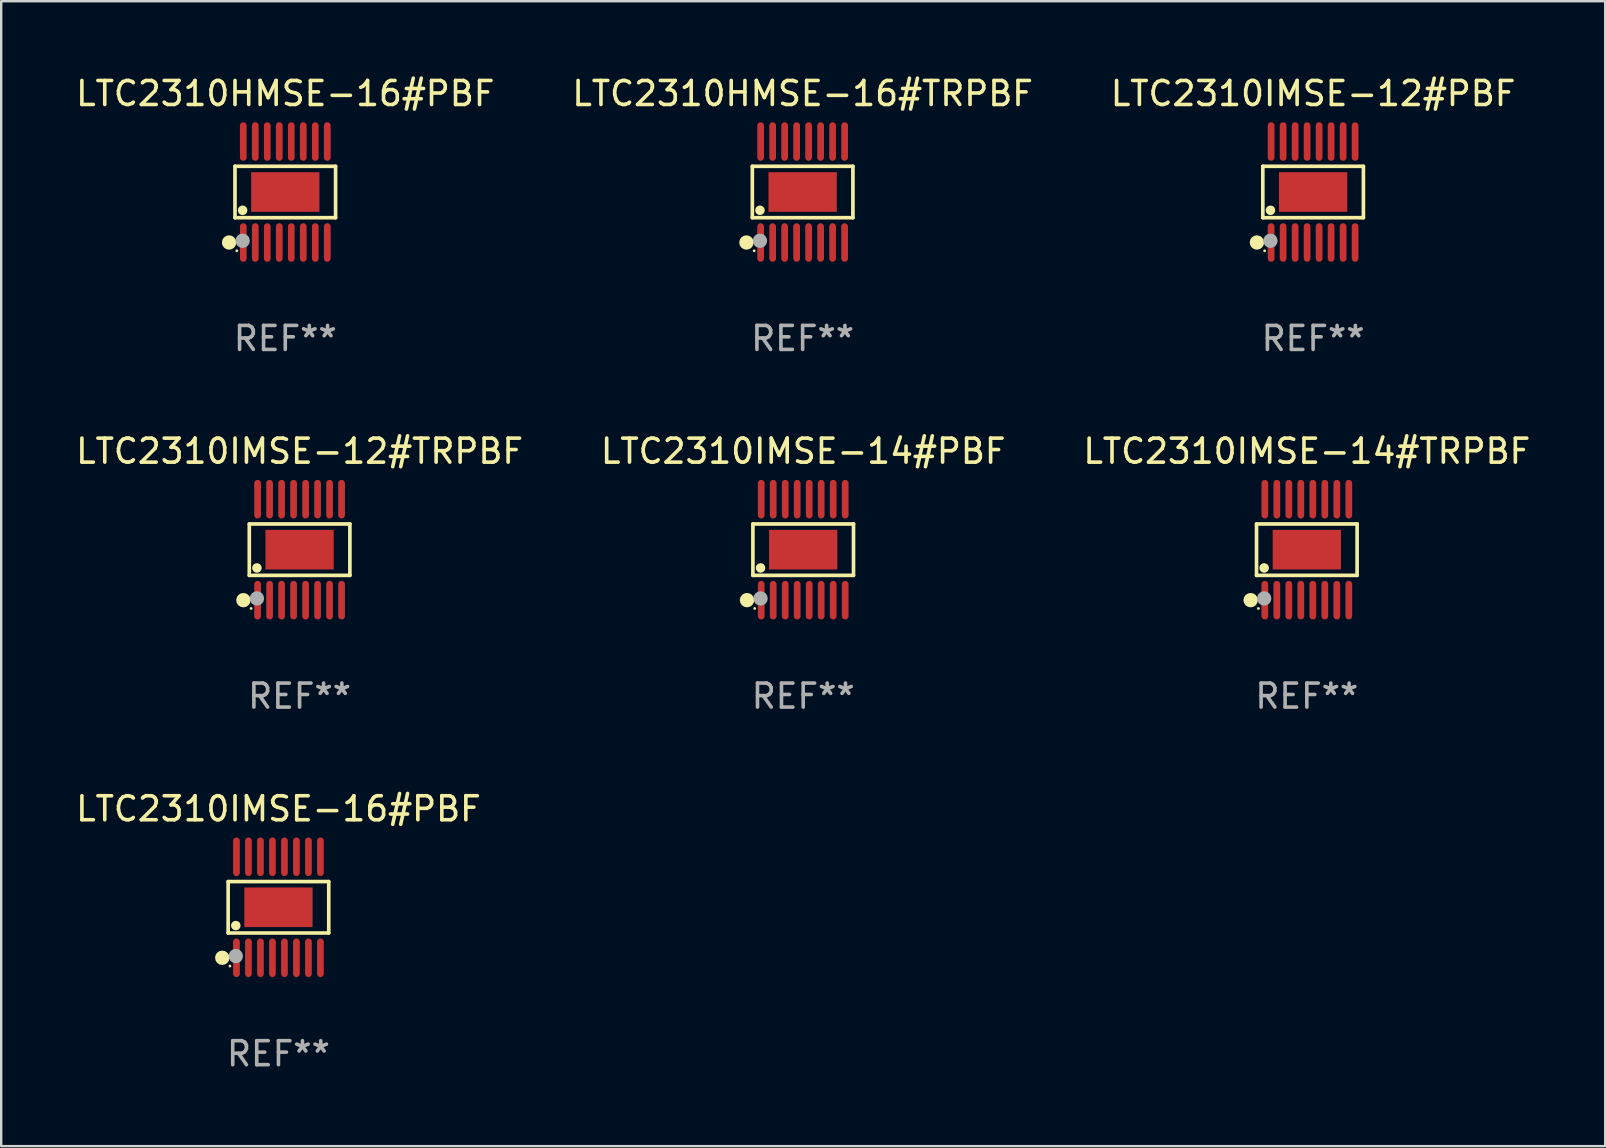
<source format=kicad_pcb>
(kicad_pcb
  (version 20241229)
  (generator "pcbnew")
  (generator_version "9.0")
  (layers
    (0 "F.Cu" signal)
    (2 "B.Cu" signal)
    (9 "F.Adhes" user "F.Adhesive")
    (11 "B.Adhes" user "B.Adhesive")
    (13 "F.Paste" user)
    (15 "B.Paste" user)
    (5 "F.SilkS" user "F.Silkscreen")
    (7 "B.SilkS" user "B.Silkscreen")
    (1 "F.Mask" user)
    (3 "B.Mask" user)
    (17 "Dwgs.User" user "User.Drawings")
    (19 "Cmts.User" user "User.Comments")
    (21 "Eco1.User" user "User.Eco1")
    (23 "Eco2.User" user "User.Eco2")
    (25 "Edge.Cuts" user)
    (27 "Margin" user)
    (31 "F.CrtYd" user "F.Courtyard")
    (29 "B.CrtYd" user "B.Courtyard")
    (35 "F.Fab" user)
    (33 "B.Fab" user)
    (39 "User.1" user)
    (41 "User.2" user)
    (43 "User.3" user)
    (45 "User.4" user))
  (footprint "LTC2310HMSE-16#TRPBF"
    (layer "F.Cu")
    (at 30.399 4.952)
    (property "Reference" "LTC2310HMSE-16#TRPBF" (at 0 -4.104 0) (layer "F.SilkS") (effects (font (size 1 1) (thickness 0.15))))
    (attr through_hole)
    (fp_line (start -2.096 -1.072) (end 2.096 -1.072) (stroke (width 0.152) (type solid)) (layer "F.SilkS"))
    (fp_line (start -2.096 1.071) (end -2.096 -1.072) (stroke (width 0.152) (type solid)) (layer "F.SilkS"))
    (fp_line (start 2.096 -1.072) (end 2.096 1.071) (stroke (width 0.152) (type solid)) (layer "F.SilkS"))
    (fp_line (start 2.096 1.071) (end -2.096 1.071) (stroke (width 0.152) (type solid)) (layer "F.SilkS"))
    (fp_circle (center -2.342 2.104) (end -2.192 2.104) (stroke (width 0.3) (type solid)) (fill no) (layer "F.SilkS"))
    (fp_circle (center -2.02 2.45) (end -1.99 2.45) (stroke (width 0.06) (type solid)) (fill no) (layer "F.SilkS"))
    (fp_circle (center -1.778 0.762) (end -1.678 0.762) (stroke (width 0.2) (type solid)) (fill no) (layer "F.SilkS"))
    (fp_circle (center -1.778 2.032) (end -1.628 2.032) (stroke (width 0.3) (type solid)) (fill no) (layer "F.Fab"))
    (fp_text user "REF**" (at 0 6.104 0) (layer "F.Fab") (effects (font (size 1 1) (thickness 0.15))))
    (pad "1" smd oval (at -1.75 2.104) (size 0.28 1.608) (layers "F.Cu" "F.Mask" "F.Paste"))
    (pad "2" smd oval (at -1.25 2.104) (size 0.28 1.608) (layers "F.Cu" "F.Mask" "F.Paste"))
    (pad "3" smd oval (at -0.75 2.104) (size 0.28 1.608) (layers "F.Cu" "F.Mask" "F.Paste"))
    (pad "4" smd oval (at -0.25 2.104) (size 0.28 1.608) (layers "F.Cu" "F.Mask" "F.Paste"))
    (pad "5" smd oval (at 0.25 2.104) (size 0.28 1.608) (layers "F.Cu" "F.Mask" "F.Paste"))
    (pad "6" smd oval (at 0.75 2.104) (size 0.28 1.608) (layers "F.Cu" "F.Mask" "F.Paste"))
    (pad "7" smd oval (at 1.25 2.104) (size 0.28 1.608) (layers "F.Cu" "F.Mask" "F.Paste"))
    (pad "8" smd oval (at 1.75 2.104) (size 0.28 1.608) (layers "F.Cu" "F.Mask" "F.Paste"))
    (pad "9" smd oval (at 1.75 -2.104) (size 0.28 1.608) (layers "F.Cu" "F.Mask" "F.Paste"))
    (pad "10" smd oval (at 1.25 -2.104) (size 0.28 1.608) (layers "F.Cu" "F.Mask" "F.Paste"))
    (pad "11" smd oval (at 0.75 -2.104) (size 0.28 1.608) (layers "F.Cu" "F.Mask" "F.Paste"))
    (pad "12" smd oval (at 0.25 -2.104) (size 0.28 1.608) (layers "F.Cu" "F.Mask" "F.Paste"))
    (pad "13" smd oval (at -0.25 -2.104) (size 0.28 1.608) (layers "F.Cu" "F.Mask" "F.Paste"))
    (pad "14" smd oval (at -0.75 -2.104) (size 0.28 1.608) (layers "F.Cu" "F.Mask" "F.Paste"))
    (pad "15" smd oval (at -1.25 -2.104) (size 0.28 1.608) (layers "F.Cu" "F.Mask" "F.Paste"))
    (pad "16" smd oval (at -1.75 -2.104) (size 0.28 1.608) (layers "F.Cu" "F.Mask" "F.Paste"))
    (pad "17" smd rect (at 0 -0.000127) (size 2.845 1.651) (layers "F.Cu" "F.Mask" "F.Paste")))
  (footprint "LTC2310IMSE-16#PBF"
    (layer "F.Cu")
    (at 8.554 34.761)
    (property "Reference" "LTC2310IMSE-16#PBF" (at 0 -4.104 0) (layer "F.SilkS") (effects (font (size 1 1) (thickness 0.15))))
    (attr through_hole)
    (fp_line (start -2.096 -1.072) (end 2.096 -1.072) (stroke (width 0.152) (type solid)) (layer "F.SilkS"))
    (fp_line (start -2.096 1.071) (end -2.096 -1.072) (stroke (width 0.152) (type solid)) (layer "F.SilkS"))
    (fp_line (start 2.096 -1.072) (end 2.096 1.071) (stroke (width 0.152) (type solid)) (layer "F.SilkS"))
    (fp_line (start 2.096 1.071) (end -2.096 1.071) (stroke (width 0.152) (type solid)) (layer "F.SilkS"))
    (fp_circle (center -2.342 2.104) (end -2.192 2.104) (stroke (width 0.3) (type solid)) (fill no) (layer "F.SilkS"))
    (fp_circle (center -2.02 2.45) (end -1.99 2.45) (stroke (width 0.06) (type solid)) (fill no) (layer "F.SilkS"))
    (fp_circle (center -1.778 0.762) (end -1.678 0.762) (stroke (width 0.2) (type solid)) (fill no) (layer "F.SilkS"))
    (fp_circle (center -1.778 2.032) (end -1.628 2.032) (stroke (width 0.3) (type solid)) (fill no) (layer "F.Fab"))
    (fp_text user "REF**" (at 0 6.104 0) (layer "F.Fab") (effects (font (size 1 1) (thickness 0.15))))
    (pad "1" smd oval (at -1.75 2.104) (size 0.28 1.608) (layers "F.Cu" "F.Mask" "F.Paste"))
    (pad "2" smd oval (at -1.25 2.104) (size 0.28 1.608) (layers "F.Cu" "F.Mask" "F.Paste"))
    (pad "3" smd oval (at -0.75 2.104) (size 0.28 1.608) (layers "F.Cu" "F.Mask" "F.Paste"))
    (pad "4" smd oval (at -0.25 2.104) (size 0.28 1.608) (layers "F.Cu" "F.Mask" "F.Paste"))
    (pad "5" smd oval (at 0.25 2.104) (size 0.28 1.608) (layers "F.Cu" "F.Mask" "F.Paste"))
    (pad "6" smd oval (at 0.75 2.104) (size 0.28 1.608) (layers "F.Cu" "F.Mask" "F.Paste"))
    (pad "7" smd oval (at 1.25 2.104) (size 0.28 1.608) (layers "F.Cu" "F.Mask" "F.Paste"))
    (pad "8" smd oval (at 1.75 2.104) (size 0.28 1.608) (layers "F.Cu" "F.Mask" "F.Paste"))
    (pad "9" smd oval (at 1.75 -2.104) (size 0.28 1.608) (layers "F.Cu" "F.Mask" "F.Paste"))
    (pad "10" smd oval (at 1.25 -2.104) (size 0.28 1.608) (layers "F.Cu" "F.Mask" "F.Paste"))
    (pad "11" smd oval (at 0.75 -2.104) (size 0.28 1.608) (layers "F.Cu" "F.Mask" "F.Paste"))
    (pad "12" smd oval (at 0.25 -2.104) (size 0.28 1.608) (layers "F.Cu" "F.Mask" "F.Paste"))
    (pad "13" smd oval (at -0.25 -2.104) (size 0.28 1.608) (layers "F.Cu" "F.Mask" "F.Paste"))
    (pad "14" smd oval (at -0.75 -2.104) (size 0.28 1.608) (layers "F.Cu" "F.Mask" "F.Paste"))
    (pad "15" smd oval (at -1.25 -2.104) (size 0.28 1.608) (layers "F.Cu" "F.Mask" "F.Paste"))
    (pad "16" smd oval (at -1.75 -2.104) (size 0.28 1.608) (layers "F.Cu" "F.Mask" "F.Paste"))
    (pad "17" smd rect (at 0 -0.000127) (size 2.845 1.651) (layers "F.Cu" "F.Mask" "F.Paste")))
  (footprint "LTC2310IMSE-12#TRPBF"
    (layer "F.Cu")
    (at 9.435 19.857)
    (property "Reference" "LTC2310IMSE-12#TRPBF" (at 0 -4.104 0) (layer "F.SilkS") (effects (font (size 1 1) (thickness 0.15))))
    (attr through_hole)
    (fp_line (start -2.096 -1.072) (end 2.096 -1.072) (stroke (width 0.152) (type solid)) (layer "F.SilkS"))
    (fp_line (start -2.096 1.071) (end -2.096 -1.072) (stroke (width 0.152) (type solid)) (layer "F.SilkS"))
    (fp_line (start 2.096 -1.072) (end 2.096 1.071) (stroke (width 0.152) (type solid)) (layer "F.SilkS"))
    (fp_line (start 2.096 1.071) (end -2.096 1.071) (stroke (width 0.152) (type solid)) (layer "F.SilkS"))
    (fp_circle (center -2.342 2.104) (end -2.192 2.104) (stroke (width 0.3) (type solid)) (fill no) (layer "F.SilkS"))
    (fp_circle (center -2.02 2.45) (end -1.99 2.45) (stroke (width 0.06) (type solid)) (fill no) (layer "F.SilkS"))
    (fp_circle (center -1.778 0.762) (end -1.678 0.762) (stroke (width 0.2) (type solid)) (fill no) (layer "F.SilkS"))
    (fp_circle (center -1.778 2.032) (end -1.628 2.032) (stroke (width 0.3) (type solid)) (fill no) (layer "F.Fab"))
    (fp_text user "REF**" (at 0 6.104 0) (layer "F.Fab") (effects (font (size 1 1) (thickness 0.15))))
    (pad "1" smd oval (at -1.75 2.104) (size 0.28 1.608) (layers "F.Cu" "F.Mask" "F.Paste"))
    (pad "2" smd oval (at -1.25 2.104) (size 0.28 1.608) (layers "F.Cu" "F.Mask" "F.Paste"))
    (pad "3" smd oval (at -0.75 2.104) (size 0.28 1.608) (layers "F.Cu" "F.Mask" "F.Paste"))
    (pad "4" smd oval (at -0.25 2.104) (size 0.28 1.608) (layers "F.Cu" "F.Mask" "F.Paste"))
    (pad "5" smd oval (at 0.25 2.104) (size 0.28 1.608) (layers "F.Cu" "F.Mask" "F.Paste"))
    (pad "6" smd oval (at 0.75 2.104) (size 0.28 1.608) (layers "F.Cu" "F.Mask" "F.Paste"))
    (pad "7" smd oval (at 1.25 2.104) (size 0.28 1.608) (layers "F.Cu" "F.Mask" "F.Paste"))
    (pad "8" smd oval (at 1.75 2.104) (size 0.28 1.608) (layers "F.Cu" "F.Mask" "F.Paste"))
    (pad "9" smd oval (at 1.75 -2.104) (size 0.28 1.608) (layers "F.Cu" "F.Mask" "F.Paste"))
    (pad "10" smd oval (at 1.25 -2.104) (size 0.28 1.608) (layers "F.Cu" "F.Mask" "F.Paste"))
    (pad "11" smd oval (at 0.75 -2.104) (size 0.28 1.608) (layers "F.Cu" "F.Mask" "F.Paste"))
    (pad "12" smd oval (at 0.25 -2.104) (size 0.28 1.608) (layers "F.Cu" "F.Mask" "F.Paste"))
    (pad "13" smd oval (at -0.25 -2.104) (size 0.28 1.608) (layers "F.Cu" "F.Mask" "F.Paste"))
    (pad "14" smd oval (at -0.75 -2.104) (size 0.28 1.608) (layers "F.Cu" "F.Mask" "F.Paste"))
    (pad "15" smd oval (at -1.25 -2.104) (size 0.28 1.608) (layers "F.Cu" "F.Mask" "F.Paste"))
    (pad "16" smd oval (at -1.75 -2.104) (size 0.28 1.608) (layers "F.Cu" "F.Mask" "F.Paste"))
    (pad "17" smd rect (at 0 -0.000127) (size 2.845 1.651) (layers "F.Cu" "F.Mask" "F.Paste")))
  (footprint "LTC2310HMSE-16#PBF"
    (layer "F.Cu")
    (at 8.839 4.952)
    (property "Reference" "LTC2310HMSE-16#PBF" (at 0 -4.104 0) (layer "F.SilkS") (effects (font (size 1 1) (thickness 0.15))))
    (attr through_hole)
    (fp_line (start -2.096 -1.072) (end 2.096 -1.072) (stroke (width 0.152) (type solid)) (layer "F.SilkS"))
    (fp_line (start -2.096 1.071) (end -2.096 -1.072) (stroke (width 0.152) (type solid)) (layer "F.SilkS"))
    (fp_line (start 2.096 -1.072) (end 2.096 1.071) (stroke (width 0.152) (type solid)) (layer "F.SilkS"))
    (fp_line (start 2.096 1.071) (end -2.096 1.071) (stroke (width 0.152) (type solid)) (layer "F.SilkS"))
    (fp_circle (center -2.342 2.104) (end -2.192 2.104) (stroke (width 0.3) (type solid)) (fill no) (layer "F.SilkS"))
    (fp_circle (center -2.02 2.45) (end -1.99 2.45) (stroke (width 0.06) (type solid)) (fill no) (layer "F.SilkS"))
    (fp_circle (center -1.778 0.762) (end -1.678 0.762) (stroke (width 0.2) (type solid)) (fill no) (layer "F.SilkS"))
    (fp_circle (center -1.778 2.032) (end -1.628 2.032) (stroke (width 0.3) (type solid)) (fill no) (layer "F.Fab"))
    (fp_text user "REF**" (at 0 6.104 0) (layer "F.Fab") (effects (font (size 1 1) (thickness 0.15))))
    (pad "1" smd oval (at -1.75 2.104) (size 0.28 1.608) (layers "F.Cu" "F.Mask" "F.Paste"))
    (pad "2" smd oval (at -1.25 2.104) (size 0.28 1.608) (layers "F.Cu" "F.Mask" "F.Paste"))
    (pad "3" smd oval (at -0.75 2.104) (size 0.28 1.608) (layers "F.Cu" "F.Mask" "F.Paste"))
    (pad "4" smd oval (at -0.25 2.104) (size 0.28 1.608) (layers "F.Cu" "F.Mask" "F.Paste"))
    (pad "5" smd oval (at 0.25 2.104) (size 0.28 1.608) (layers "F.Cu" "F.Mask" "F.Paste"))
    (pad "6" smd oval (at 0.75 2.104) (size 0.28 1.608) (layers "F.Cu" "F.Mask" "F.Paste"))
    (pad "7" smd oval (at 1.25 2.104) (size 0.28 1.608) (layers "F.Cu" "F.Mask" "F.Paste"))
    (pad "8" smd oval (at 1.75 2.104) (size 0.28 1.608) (layers "F.Cu" "F.Mask" "F.Paste"))
    (pad "9" smd oval (at 1.75 -2.104) (size 0.28 1.608) (layers "F.Cu" "F.Mask" "F.Paste"))
    (pad "10" smd oval (at 1.25 -2.104) (size 0.28 1.608) (layers "F.Cu" "F.Mask" "F.Paste"))
    (pad "11" smd oval (at 0.75 -2.104) (size 0.28 1.608) (layers "F.Cu" "F.Mask" "F.Paste"))
    (pad "12" smd oval (at 0.25 -2.104) (size 0.28 1.608) (layers "F.Cu" "F.Mask" "F.Paste"))
    (pad "13" smd oval (at -0.25 -2.104) (size 0.28 1.608) (layers "F.Cu" "F.Mask" "F.Paste"))
    (pad "14" smd oval (at -0.75 -2.104) (size 0.28 1.608) (layers "F.Cu" "F.Mask" "F.Paste"))
    (pad "15" smd oval (at -1.25 -2.104) (size 0.28 1.608) (layers "F.Cu" "F.Mask" "F.Paste"))
    (pad "16" smd oval (at -1.75 -2.104) (size 0.28 1.608) (layers "F.Cu" "F.Mask" "F.Paste"))
    (pad "17" smd rect (at 0 -0.000127) (size 2.845 1.651) (layers "F.Cu" "F.Mask" "F.Paste")))
  (footprint "LTC2310IMSE-14#TRPBF"
    (layer "F.Cu")
    (at 51.411 19.857)
    (property "Reference" "LTC2310IMSE-14#TRPBF" (at 0 -4.104 0) (layer "F.SilkS") (effects (font (size 1 1) (thickness 0.15))))
    (attr through_hole)
    (fp_line (start -2.096 -1.072) (end 2.096 -1.072) (stroke (width 0.152) (type solid)) (layer "F.SilkS"))
    (fp_line (start -2.096 1.071) (end -2.096 -1.072) (stroke (width 0.152) (type solid)) (layer "F.SilkS"))
    (fp_line (start 2.096 -1.072) (end 2.096 1.071) (stroke (width 0.152) (type solid)) (layer "F.SilkS"))
    (fp_line (start 2.096 1.071) (end -2.096 1.071) (stroke (width 0.152) (type solid)) (layer "F.SilkS"))
    (fp_circle (center -2.342 2.104) (end -2.192 2.104) (stroke (width 0.3) (type solid)) (fill no) (layer "F.SilkS"))
    (fp_circle (center -2.02 2.45) (end -1.99 2.45) (stroke (width 0.06) (type solid)) (fill no) (layer "F.SilkS"))
    (fp_circle (center -1.778 0.762) (end -1.678 0.762) (stroke (width 0.2) (type solid)) (fill no) (layer "F.SilkS"))
    (fp_circle (center -1.778 2.032) (end -1.628 2.032) (stroke (width 0.3) (type solid)) (fill no) (layer "F.Fab"))
    (fp_text user "REF**" (at 0 6.104 0) (layer "F.Fab") (effects (font (size 1 1) (thickness 0.15))))
    (pad "1" smd oval (at -1.75 2.104) (size 0.28 1.608) (layers "F.Cu" "F.Mask" "F.Paste"))
    (pad "2" smd oval (at -1.25 2.104) (size 0.28 1.608) (layers "F.Cu" "F.Mask" "F.Paste"))
    (pad "3" smd oval (at -0.75 2.104) (size 0.28 1.608) (layers "F.Cu" "F.Mask" "F.Paste"))
    (pad "4" smd oval (at -0.25 2.104) (size 0.28 1.608) (layers "F.Cu" "F.Mask" "F.Paste"))
    (pad "5" smd oval (at 0.25 2.104) (size 0.28 1.608) (layers "F.Cu" "F.Mask" "F.Paste"))
    (pad "6" smd oval (at 0.75 2.104) (size 0.28 1.608) (layers "F.Cu" "F.Mask" "F.Paste"))
    (pad "7" smd oval (at 1.25 2.104) (size 0.28 1.608) (layers "F.Cu" "F.Mask" "F.Paste"))
    (pad "8" smd oval (at 1.75 2.104) (size 0.28 1.608) (layers "F.Cu" "F.Mask" "F.Paste"))
    (pad "9" smd oval (at 1.75 -2.104) (size 0.28 1.608) (layers "F.Cu" "F.Mask" "F.Paste"))
    (pad "10" smd oval (at 1.25 -2.104) (size 0.28 1.608) (layers "F.Cu" "F.Mask" "F.Paste"))
    (pad "11" smd oval (at 0.75 -2.104) (size 0.28 1.608) (layers "F.Cu" "F.Mask" "F.Paste"))
    (pad "12" smd oval (at 0.25 -2.104) (size 0.28 1.608) (layers "F.Cu" "F.Mask" "F.Paste"))
    (pad "13" smd oval (at -0.25 -2.104) (size 0.28 1.608) (layers "F.Cu" "F.Mask" "F.Paste"))
    (pad "14" smd oval (at -0.75 -2.104) (size 0.28 1.608) (layers "F.Cu" "F.Mask" "F.Paste"))
    (pad "15" smd oval (at -1.25 -2.104) (size 0.28 1.608) (layers "F.Cu" "F.Mask" "F.Paste"))
    (pad "16" smd oval (at -1.75 -2.104) (size 0.28 1.608) (layers "F.Cu" "F.Mask" "F.Paste"))
    (pad "17" smd rect (at 0 -0.000127) (size 2.845 1.651) (layers "F.Cu" "F.Mask" "F.Paste")))
  (footprint "LTC2310IMSE-14#PBF"
    (layer "F.Cu")
    (at 30.423 19.857)
    (property "Reference" "LTC2310IMSE-14#PBF" (at 0 -4.104 0) (layer "F.SilkS") (effects (font (size 1 1) (thickness 0.15))))
    (attr through_hole)
    (fp_line (start -2.096 -1.072) (end 2.096 -1.072) (stroke (width 0.152) (type solid)) (layer "F.SilkS"))
    (fp_line (start -2.096 1.071) (end -2.096 -1.072) (stroke (width 0.152) (type solid)) (layer "F.SilkS"))
    (fp_line (start 2.096 -1.072) (end 2.096 1.071) (stroke (width 0.152) (type solid)) (layer "F.SilkS"))
    (fp_line (start 2.096 1.071) (end -2.096 1.071) (stroke (width 0.152) (type solid)) (layer "F.SilkS"))
    (fp_circle (center -2.342 2.104) (end -2.192 2.104) (stroke (width 0.3) (type solid)) (fill no) (layer "F.SilkS"))
    (fp_circle (center -2.02 2.45) (end -1.99 2.45) (stroke (width 0.06) (type solid)) (fill no) (layer "F.SilkS"))
    (fp_circle (center -1.778 0.762) (end -1.678 0.762) (stroke (width 0.2) (type solid)) (fill no) (layer "F.SilkS"))
    (fp_circle (center -1.778 2.032) (end -1.628 2.032) (stroke (width 0.3) (type solid)) (fill no) (layer "F.Fab"))
    (fp_text user "REF**" (at 0 6.104 0) (layer "F.Fab") (effects (font (size 1 1) (thickness 0.15))))
    (pad "1" smd oval (at -1.75 2.104) (size 0.28 1.608) (layers "F.Cu" "F.Mask" "F.Paste"))
    (pad "2" smd oval (at -1.25 2.104) (size 0.28 1.608) (layers "F.Cu" "F.Mask" "F.Paste"))
    (pad "3" smd oval (at -0.75 2.104) (size 0.28 1.608) (layers "F.Cu" "F.Mask" "F.Paste"))
    (pad "4" smd oval (at -0.25 2.104) (size 0.28 1.608) (layers "F.Cu" "F.Mask" "F.Paste"))
    (pad "5" smd oval (at 0.25 2.104) (size 0.28 1.608) (layers "F.Cu" "F.Mask" "F.Paste"))
    (pad "6" smd oval (at 0.75 2.104) (size 0.28 1.608) (layers "F.Cu" "F.Mask" "F.Paste"))
    (pad "7" smd oval (at 1.25 2.104) (size 0.28 1.608) (layers "F.Cu" "F.Mask" "F.Paste"))
    (pad "8" smd oval (at 1.75 2.104) (size 0.28 1.608) (layers "F.Cu" "F.Mask" "F.Paste"))
    (pad "9" smd oval (at 1.75 -2.104) (size 0.28 1.608) (layers "F.Cu" "F.Mask" "F.Paste"))
    (pad "10" smd oval (at 1.25 -2.104) (size 0.28 1.608) (layers "F.Cu" "F.Mask" "F.Paste"))
    (pad "11" smd oval (at 0.75 -2.104) (size 0.28 1.608) (layers "F.Cu" "F.Mask" "F.Paste"))
    (pad "12" smd oval (at 0.25 -2.104) (size 0.28 1.608) (layers "F.Cu" "F.Mask" "F.Paste"))
    (pad "13" smd oval (at -0.25 -2.104) (size 0.28 1.608) (layers "F.Cu" "F.Mask" "F.Paste"))
    (pad "14" smd oval (at -0.75 -2.104) (size 0.28 1.608) (layers "F.Cu" "F.Mask" "F.Paste"))
    (pad "15" smd oval (at -1.25 -2.104) (size 0.28 1.608) (layers "F.Cu" "F.Mask" "F.Paste"))
    (pad "16" smd oval (at -1.75 -2.104) (size 0.28 1.608) (layers "F.Cu" "F.Mask" "F.Paste"))
    (pad "17" smd rect (at 0 -0.000127) (size 2.845 1.651) (layers "F.Cu" "F.Mask" "F.Paste")))
  (footprint "LTC2310IMSE-12#PBF"
    (layer "F.Cu")
    (at 51.673 4.952)
    (property "Reference" "LTC2310IMSE-12#PBF" (at 0 -4.104 0) (layer "F.SilkS") (effects (font (size 1 1) (thickness 0.15))))
    (attr through_hole)
    (fp_line (start -2.096 -1.072) (end 2.096 -1.072) (stroke (width 0.152) (type solid)) (layer "F.SilkS"))
    (fp_line (start -2.096 1.071) (end -2.096 -1.072) (stroke (width 0.152) (type solid)) (layer "F.SilkS"))
    (fp_line (start 2.096 -1.072) (end 2.096 1.071) (stroke (width 0.152) (type solid)) (layer "F.SilkS"))
    (fp_line (start 2.096 1.071) (end -2.096 1.071) (stroke (width 0.152) (type solid)) (layer "F.SilkS"))
    (fp_circle (center -2.342 2.104) (end -2.192 2.104) (stroke (width 0.3) (type solid)) (fill no) (layer "F.SilkS"))
    (fp_circle (center -2.02 2.45) (end -1.99 2.45) (stroke (width 0.06) (type solid)) (fill no) (layer "F.SilkS"))
    (fp_circle (center -1.778 0.762) (end -1.678 0.762) (stroke (width 0.2) (type solid)) (fill no) (layer "F.SilkS"))
    (fp_circle (center -1.778 2.032) (end -1.628 2.032) (stroke (width 0.3) (type solid)) (fill no) (layer "F.Fab"))
    (fp_text user "REF**" (at 0 6.104 0) (layer "F.Fab") (effects (font (size 1 1) (thickness 0.15))))
    (pad "1" smd oval (at -1.75 2.104) (size 0.28 1.608) (layers "F.Cu" "F.Mask" "F.Paste"))
    (pad "2" smd oval (at -1.25 2.104) (size 0.28 1.608) (layers "F.Cu" "F.Mask" "F.Paste"))
    (pad "3" smd oval (at -0.75 2.104) (size 0.28 1.608) (layers "F.Cu" "F.Mask" "F.Paste"))
    (pad "4" smd oval (at -0.25 2.104) (size 0.28 1.608) (layers "F.Cu" "F.Mask" "F.Paste"))
    (pad "5" smd oval (at 0.25 2.104) (size 0.28 1.608) (layers "F.Cu" "F.Mask" "F.Paste"))
    (pad "6" smd oval (at 0.75 2.104) (size 0.28 1.608) (layers "F.Cu" "F.Mask" "F.Paste"))
    (pad "7" smd oval (at 1.25 2.104) (size 0.28 1.608) (layers "F.Cu" "F.Mask" "F.Paste"))
    (pad "8" smd oval (at 1.75 2.104) (size 0.28 1.608) (layers "F.Cu" "F.Mask" "F.Paste"))
    (pad "9" smd oval (at 1.75 -2.104) (size 0.28 1.608) (layers "F.Cu" "F.Mask" "F.Paste"))
    (pad "10" smd oval (at 1.25 -2.104) (size 0.28 1.608) (layers "F.Cu" "F.Mask" "F.Paste"))
    (pad "11" smd oval (at 0.75 -2.104) (size 0.28 1.608) (layers "F.Cu" "F.Mask" "F.Paste"))
    (pad "12" smd oval (at 0.25 -2.104) (size 0.28 1.608) (layers "F.Cu" "F.Mask" "F.Paste"))
    (pad "13" smd oval (at -0.25 -2.104) (size 0.28 1.608) (layers "F.Cu" "F.Mask" "F.Paste"))
    (pad "14" smd oval (at -0.75 -2.104) (size 0.28 1.608) (layers "F.Cu" "F.Mask" "F.Paste"))
    (pad "15" smd oval (at -1.25 -2.104) (size 0.28 1.608) (layers "F.Cu" "F.Mask" "F.Paste"))
    (pad "16" smd oval (at -1.75 -2.104) (size 0.28 1.608) (layers "F.Cu" "F.Mask" "F.Paste"))
    (pad "17" smd rect (at 0 -0.000127) (size 2.845 1.651) (layers "F.Cu" "F.Mask" "F.Paste")))
  (gr_rect
    (start -3 -3)
    (end 63.845 44.714)
    (stroke (width 0.1) (type default))
    (fill no)
    (layer "Edge.Cuts")))
</source>
